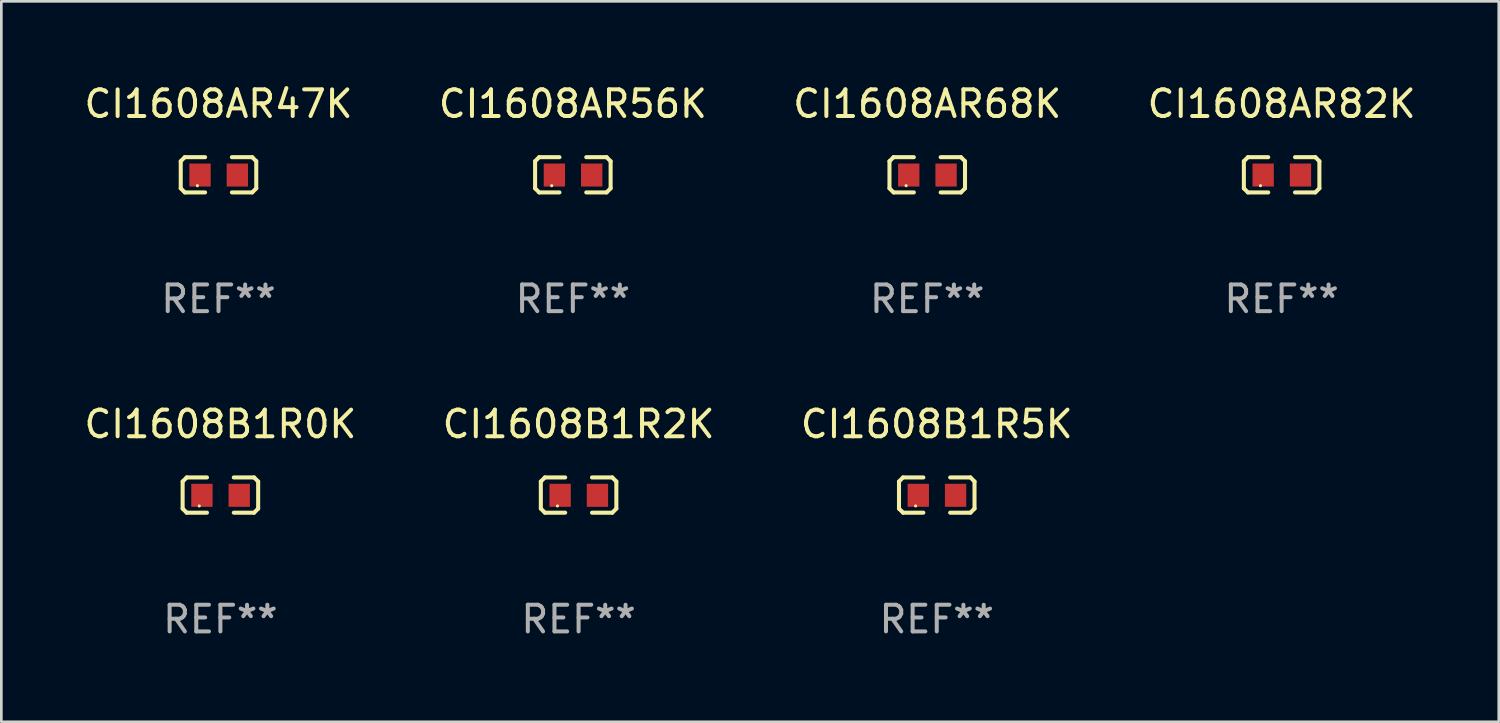
<source format=kicad_pcb>
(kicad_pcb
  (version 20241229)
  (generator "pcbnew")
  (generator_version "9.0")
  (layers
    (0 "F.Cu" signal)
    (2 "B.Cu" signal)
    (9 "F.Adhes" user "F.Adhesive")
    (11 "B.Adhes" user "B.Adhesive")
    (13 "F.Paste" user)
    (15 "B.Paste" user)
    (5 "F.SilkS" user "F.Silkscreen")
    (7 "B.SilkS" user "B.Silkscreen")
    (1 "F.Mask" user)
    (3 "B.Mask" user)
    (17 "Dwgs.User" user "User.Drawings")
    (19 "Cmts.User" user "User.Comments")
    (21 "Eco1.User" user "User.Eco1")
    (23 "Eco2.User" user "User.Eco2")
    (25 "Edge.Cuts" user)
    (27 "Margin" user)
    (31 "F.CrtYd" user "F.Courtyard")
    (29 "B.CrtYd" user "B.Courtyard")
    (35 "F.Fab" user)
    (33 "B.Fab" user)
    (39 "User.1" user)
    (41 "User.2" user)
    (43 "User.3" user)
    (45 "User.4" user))
  (footprint "CI1608B1R5K"
    (layer "F.Cu")
    (at 32.101 15.527)
    (property "Reference" "CI1608B1R5K" (at 0 -2.661 0) (layer "F.SilkS") (effects (font (size 1 1) (thickness 0.15))))
    (attr through_hole)
    (fp_line (start -1.417 -0.508) (end -1.265 -0.661) (stroke (width 0.152) (type solid)) (layer "F.SilkS"))
    (fp_line (start -1.417 0.508) (end -1.417 -0.508) (stroke (width 0.152) (type solid)) (layer "F.SilkS"))
    (fp_line (start -1.265 -0.661) (end -0.503 -0.661) (stroke (width 0.152) (type solid)) (layer "F.SilkS"))
    (fp_line (start -1.265 0.661) (end -1.417 0.508) (stroke (width 0.152) (type solid)) (layer "F.SilkS"))
    (fp_line (start -1.265 0.661) (end -0.503 0.661) (stroke (width 0.152) (type solid)) (layer "F.SilkS"))
    (fp_line (start 1.265 -0.661) (end 0.503 -0.661) (stroke (width 0.152) (type solid)) (layer "F.SilkS"))
    (fp_line (start 1.265 -0.661) (end 1.417 -0.508) (stroke (width 0.152) (type solid)) (layer "F.SilkS"))
    (fp_line (start 1.265 0.661) (end 0.503 0.661) (stroke (width 0.152) (type solid)) (layer "F.SilkS"))
    (fp_line (start 1.417 -0.508) (end 1.417 0.508) (stroke (width 0.152) (type solid)) (layer "F.SilkS"))
    (fp_line (start 1.417 0.508) (end 1.265 0.661) (stroke (width 0.152) (type solid)) (layer "F.SilkS"))
    (fp_circle (center -0.793 0.409) (end -0.763 0.409) (stroke (width 0.06) (type solid)) (fill no) (layer "F.SilkS"))
    (fp_text user "REF**" (at 0 4.661 0) (layer "F.Fab") (effects (font (size 1 1) (thickness 0.15))))
    (pad "1" smd rect (at -0.693 0.009 180) (size 0.8 0.864) (layers "F.Cu" "F.Mask" "F.Paste"))
    (pad "2" smd rect (at 0.707 0.009 180) (size 0.8 0.864) (layers "F.Cu" "F.Mask" "F.Paste")))
  (footprint "CI1608AR56K"
    (layer "F.Cu")
    (at 18.446 3.509)
    (property "Reference" "CI1608AR56K" (at 0 -2.661 0) (layer "F.SilkS") (effects (font (size 1 1) (thickness 0.15))))
    (attr through_hole)
    (fp_line (start -1.417 -0.508) (end -1.265 -0.661) (stroke (width 0.152) (type solid)) (layer "F.SilkS"))
    (fp_line (start -1.417 0.508) (end -1.417 -0.508) (stroke (width 0.152) (type solid)) (layer "F.SilkS"))
    (fp_line (start -1.265 -0.661) (end -0.503 -0.661) (stroke (width 0.152) (type solid)) (layer "F.SilkS"))
    (fp_line (start -1.265 0.661) (end -1.417 0.508) (stroke (width 0.152) (type solid)) (layer "F.SilkS"))
    (fp_line (start -1.265 0.661) (end -0.503 0.661) (stroke (width 0.152) (type solid)) (layer "F.SilkS"))
    (fp_line (start 1.265 -0.661) (end 0.503 -0.661) (stroke (width 0.152) (type solid)) (layer "F.SilkS"))
    (fp_line (start 1.265 -0.661) (end 1.417 -0.508) (stroke (width 0.152) (type solid)) (layer "F.SilkS"))
    (fp_line (start 1.265 0.661) (end 0.503 0.661) (stroke (width 0.152) (type solid)) (layer "F.SilkS"))
    (fp_line (start 1.417 -0.508) (end 1.417 0.508) (stroke (width 0.152) (type solid)) (layer "F.SilkS"))
    (fp_line (start 1.417 0.508) (end 1.265 0.661) (stroke (width 0.152) (type solid)) (layer "F.SilkS"))
    (fp_circle (center -0.793 0.409) (end -0.763 0.409) (stroke (width 0.06) (type solid)) (fill no) (layer "F.SilkS"))
    (fp_text user "REF**" (at 0 4.661 0) (layer "F.Fab") (effects (font (size 1 1) (thickness 0.15))))
    (pad "1" smd rect (at -0.693 0.009 180) (size 0.8 0.864) (layers "F.Cu" "F.Mask" "F.Paste"))
    (pad "2" smd rect (at 0.707 0.009 180) (size 0.8 0.864) (layers "F.Cu" "F.Mask" "F.Paste")))
  (footprint "CI1608B1R0K"
    (layer "F.Cu")
    (at 5.22 15.527)
    (property "Reference" "CI1608B1R0K" (at 0 -2.661 0) (layer "F.SilkS") (effects (font (size 1 1) (thickness 0.15))))
    (attr through_hole)
    (fp_line (start -1.417 -0.508) (end -1.265 -0.661) (stroke (width 0.152) (type solid)) (layer "F.SilkS"))
    (fp_line (start -1.417 0.508) (end -1.417 -0.508) (stroke (width 0.152) (type solid)) (layer "F.SilkS"))
    (fp_line (start -1.265 -0.661) (end -0.503 -0.661) (stroke (width 0.152) (type solid)) (layer "F.SilkS"))
    (fp_line (start -1.265 0.661) (end -1.417 0.508) (stroke (width 0.152) (type solid)) (layer "F.SilkS"))
    (fp_line (start -1.265 0.661) (end -0.503 0.661) (stroke (width 0.152) (type solid)) (layer "F.SilkS"))
    (fp_line (start 1.265 -0.661) (end 0.503 -0.661) (stroke (width 0.152) (type solid)) (layer "F.SilkS"))
    (fp_line (start 1.265 -0.661) (end 1.417 -0.508) (stroke (width 0.152) (type solid)) (layer "F.SilkS"))
    (fp_line (start 1.265 0.661) (end 0.503 0.661) (stroke (width 0.152) (type solid)) (layer "F.SilkS"))
    (fp_line (start 1.417 -0.508) (end 1.417 0.508) (stroke (width 0.152) (type solid)) (layer "F.SilkS"))
    (fp_line (start 1.417 0.508) (end 1.265 0.661) (stroke (width 0.152) (type solid)) (layer "F.SilkS"))
    (fp_circle (center -0.793 0.409) (end -0.763 0.409) (stroke (width 0.06) (type solid)) (fill no) (layer "F.SilkS"))
    (fp_text user "REF**" (at 0 4.661 0) (layer "F.Fab") (effects (font (size 1 1) (thickness 0.15))))
    (pad "1" smd rect (at -0.693 0.009 180) (size 0.8 0.864) (layers "F.Cu" "F.Mask" "F.Paste"))
    (pad "2" smd rect (at 0.707 0.009 180) (size 0.8 0.864) (layers "F.Cu" "F.Mask" "F.Paste")))
  (footprint "CI1608AR47K"
    (layer "F.Cu")
    (at 5.149 3.509)
    (property "Reference" "CI1608AR47K" (at 0 -2.661 0) (layer "F.SilkS") (effects (font (size 1 1) (thickness 0.15))))
    (attr through_hole)
    (fp_line (start -1.417 -0.508) (end -1.265 -0.661) (stroke (width 0.152) (type solid)) (layer "F.SilkS"))
    (fp_line (start -1.417 0.508) (end -1.417 -0.508) (stroke (width 0.152) (type solid)) (layer "F.SilkS"))
    (fp_line (start -1.265 -0.661) (end -0.503 -0.661) (stroke (width 0.152) (type solid)) (layer "F.SilkS"))
    (fp_line (start -1.265 0.661) (end -1.417 0.508) (stroke (width 0.152) (type solid)) (layer "F.SilkS"))
    (fp_line (start -1.265 0.661) (end -0.503 0.661) (stroke (width 0.152) (type solid)) (layer "F.SilkS"))
    (fp_line (start 1.265 -0.661) (end 0.503 -0.661) (stroke (width 0.152) (type solid)) (layer "F.SilkS"))
    (fp_line (start 1.265 -0.661) (end 1.417 -0.508) (stroke (width 0.152) (type solid)) (layer "F.SilkS"))
    (fp_line (start 1.265 0.661) (end 0.503 0.661) (stroke (width 0.152) (type solid)) (layer "F.SilkS"))
    (fp_line (start 1.417 -0.508) (end 1.417 0.508) (stroke (width 0.152) (type solid)) (layer "F.SilkS"))
    (fp_line (start 1.417 0.508) (end 1.265 0.661) (stroke (width 0.152) (type solid)) (layer "F.SilkS"))
    (fp_circle (center -0.793 0.409) (end -0.763 0.409) (stroke (width 0.06) (type solid)) (fill no) (layer "F.SilkS"))
    (fp_text user "REF**" (at 0 4.661 0) (layer "F.Fab") (effects (font (size 1 1) (thickness 0.15))))
    (pad "1" smd rect (at -0.693 0.009 180) (size 0.8 0.864) (layers "F.Cu" "F.Mask" "F.Paste"))
    (pad "2" smd rect (at 0.707 0.009 180) (size 0.8 0.864) (layers "F.Cu" "F.Mask" "F.Paste")))
  (footprint "CI1608AR68K"
    (layer "F.Cu")
    (at 31.744 3.509)
    (property "Reference" "CI1608AR68K" (at 0 -2.661 0) (layer "F.SilkS") (effects (font (size 1 1) (thickness 0.15))))
    (attr through_hole)
    (fp_line (start -1.417 -0.508) (end -1.265 -0.661) (stroke (width 0.152) (type solid)) (layer "F.SilkS"))
    (fp_line (start -1.417 0.508) (end -1.417 -0.508) (stroke (width 0.152) (type solid)) (layer "F.SilkS"))
    (fp_line (start -1.265 -0.661) (end -0.503 -0.661) (stroke (width 0.152) (type solid)) (layer "F.SilkS"))
    (fp_line (start -1.265 0.661) (end -1.417 0.508) (stroke (width 0.152) (type solid)) (layer "F.SilkS"))
    (fp_line (start -1.265 0.661) (end -0.503 0.661) (stroke (width 0.152) (type solid)) (layer "F.SilkS"))
    (fp_line (start 1.265 -0.661) (end 0.503 -0.661) (stroke (width 0.152) (type solid)) (layer "F.SilkS"))
    (fp_line (start 1.265 -0.661) (end 1.417 -0.508) (stroke (width 0.152) (type solid)) (layer "F.SilkS"))
    (fp_line (start 1.265 0.661) (end 0.503 0.661) (stroke (width 0.152) (type solid)) (layer "F.SilkS"))
    (fp_line (start 1.417 -0.508) (end 1.417 0.508) (stroke (width 0.152) (type solid)) (layer "F.SilkS"))
    (fp_line (start 1.417 0.508) (end 1.265 0.661) (stroke (width 0.152) (type solid)) (layer "F.SilkS"))
    (fp_circle (center -0.793 0.409) (end -0.763 0.409) (stroke (width 0.06) (type solid)) (fill no) (layer "F.SilkS"))
    (fp_text user "REF**" (at 0 4.661 0) (layer "F.Fab") (effects (font (size 1 1) (thickness 0.15))))
    (pad "1" smd rect (at -0.693 0.009 180) (size 0.8 0.864) (layers "F.Cu" "F.Mask" "F.Paste"))
    (pad "2" smd rect (at 0.707 0.009 180) (size 0.8 0.864) (layers "F.Cu" "F.Mask" "F.Paste")))
  (footprint "CI1608AR82K"
    (layer "F.Cu")
    (at 45.042 3.509)
    (property "Reference" "CI1608AR82K" (at 0 -2.661 0) (layer "F.SilkS") (effects (font (size 1 1) (thickness 0.15))))
    (attr through_hole)
    (fp_line (start -1.417 -0.508) (end -1.265 -0.661) (stroke (width 0.152) (type solid)) (layer "F.SilkS"))
    (fp_line (start -1.417 0.508) (end -1.417 -0.508) (stroke (width 0.152) (type solid)) (layer "F.SilkS"))
    (fp_line (start -1.265 -0.661) (end -0.503 -0.661) (stroke (width 0.152) (type solid)) (layer "F.SilkS"))
    (fp_line (start -1.265 0.661) (end -1.417 0.508) (stroke (width 0.152) (type solid)) (layer "F.SilkS"))
    (fp_line (start -1.265 0.661) (end -0.503 0.661) (stroke (width 0.152) (type solid)) (layer "F.SilkS"))
    (fp_line (start 1.265 -0.661) (end 0.503 -0.661) (stroke (width 0.152) (type solid)) (layer "F.SilkS"))
    (fp_line (start 1.265 -0.661) (end 1.417 -0.508) (stroke (width 0.152) (type solid)) (layer "F.SilkS"))
    (fp_line (start 1.265 0.661) (end 0.503 0.661) (stroke (width 0.152) (type solid)) (layer "F.SilkS"))
    (fp_line (start 1.417 -0.508) (end 1.417 0.508) (stroke (width 0.152) (type solid)) (layer "F.SilkS"))
    (fp_line (start 1.417 0.508) (end 1.265 0.661) (stroke (width 0.152) (type solid)) (layer "F.SilkS"))
    (fp_circle (center -0.793 0.409) (end -0.763 0.409) (stroke (width 0.06) (type solid)) (fill no) (layer "F.SilkS"))
    (fp_text user "REF**" (at 0 4.661 0) (layer "F.Fab") (effects (font (size 1 1) (thickness 0.15))))
    (pad "1" smd rect (at -0.693 0.009 180) (size 0.8 0.864) (layers "F.Cu" "F.Mask" "F.Paste"))
    (pad "2" smd rect (at 0.707 0.009 180) (size 0.8 0.864) (layers "F.Cu" "F.Mask" "F.Paste")))
  (footprint "CI1608B1R2K"
    (layer "F.Cu")
    (at 18.661 15.527)
    (property "Reference" "CI1608B1R2K" (at 0 -2.661 0) (layer "F.SilkS") (effects (font (size 1 1) (thickness 0.15))))
    (attr through_hole)
    (fp_line (start -1.417 -0.508) (end -1.265 -0.661) (stroke (width 0.152) (type solid)) (layer "F.SilkS"))
    (fp_line (start -1.417 0.508) (end -1.417 -0.508) (stroke (width 0.152) (type solid)) (layer "F.SilkS"))
    (fp_line (start -1.265 -0.661) (end -0.503 -0.661) (stroke (width 0.152) (type solid)) (layer "F.SilkS"))
    (fp_line (start -1.265 0.661) (end -1.417 0.508) (stroke (width 0.152) (type solid)) (layer "F.SilkS"))
    (fp_line (start -1.265 0.661) (end -0.503 0.661) (stroke (width 0.152) (type solid)) (layer "F.SilkS"))
    (fp_line (start 1.265 -0.661) (end 0.503 -0.661) (stroke (width 0.152) (type solid)) (layer "F.SilkS"))
    (fp_line (start 1.265 -0.661) (end 1.417 -0.508) (stroke (width 0.152) (type solid)) (layer "F.SilkS"))
    (fp_line (start 1.265 0.661) (end 0.503 0.661) (stroke (width 0.152) (type solid)) (layer "F.SilkS"))
    (fp_line (start 1.417 -0.508) (end 1.417 0.508) (stroke (width 0.152) (type solid)) (layer "F.SilkS"))
    (fp_line (start 1.417 0.508) (end 1.265 0.661) (stroke (width 0.152) (type solid)) (layer "F.SilkS"))
    (fp_circle (center -0.793 0.409) (end -0.763 0.409) (stroke (width 0.06) (type solid)) (fill no) (layer "F.SilkS"))
    (fp_text user "REF**" (at 0 4.661 0) (layer "F.Fab") (effects (font (size 1 1) (thickness 0.15))))
    (pad "1" smd rect (at -0.693 0.009 180) (size 0.8 0.864) (layers "F.Cu" "F.Mask" "F.Paste"))
    (pad "2" smd rect (at 0.707 0.009 180) (size 0.8 0.864) (layers "F.Cu" "F.Mask" "F.Paste")))
  (gr_rect
    (start -3 -3)
    (end 53.19 24.035)
    (stroke (width 0.1) (type default))
    (fill no)
    (layer "Edge.Cuts")))
</source>
